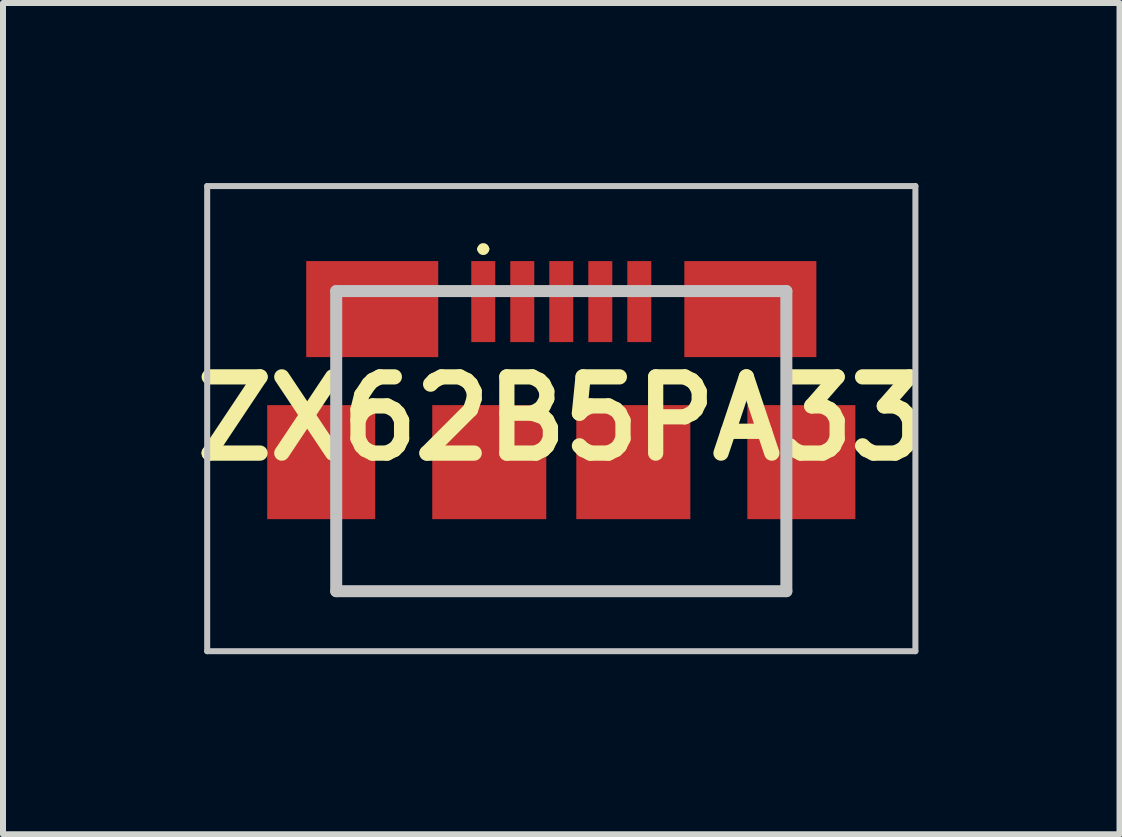
<source format=kicad_pcb>
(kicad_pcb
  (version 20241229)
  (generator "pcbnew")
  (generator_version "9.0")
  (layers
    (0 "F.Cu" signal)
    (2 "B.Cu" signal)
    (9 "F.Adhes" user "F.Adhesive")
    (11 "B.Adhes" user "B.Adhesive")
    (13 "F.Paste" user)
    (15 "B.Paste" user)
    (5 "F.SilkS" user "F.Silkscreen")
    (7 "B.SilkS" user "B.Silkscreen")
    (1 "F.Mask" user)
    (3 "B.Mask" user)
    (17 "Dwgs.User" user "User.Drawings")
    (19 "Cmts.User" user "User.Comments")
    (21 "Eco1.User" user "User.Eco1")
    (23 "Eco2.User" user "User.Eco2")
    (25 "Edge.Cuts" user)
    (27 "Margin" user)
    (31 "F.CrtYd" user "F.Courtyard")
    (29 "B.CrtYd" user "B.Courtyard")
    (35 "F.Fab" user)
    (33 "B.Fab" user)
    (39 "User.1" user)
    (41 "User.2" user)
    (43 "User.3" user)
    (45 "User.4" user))
  (footprint "ZX62B5PA33"
    (layer "F.Cu")
    (at 6.302 3.925)
    (property "Reference" "ZX62B5PA33" (at 0 0 0) (layer "F.SilkS") (effects (font (size 1.27 1.27) (thickness 0.254))))
    (attr smd)
    (fp_line (start -3.75 1.875) (end -3.75 2.875) (stroke (width 0.1) (type solid)) (layer "F.SilkS"))
    (fp_line (start -3.75 2.875) (end 3.75 2.875) (stroke (width 0.1) (type solid)) (layer "F.SilkS"))
    (fp_line (start -1.35 -2.825) (end -1.35 -2.825) (stroke (width 0.1) (type solid)) (layer "F.SilkS"))
    (fp_line (start -1.25 -2.825) (end -1.25 -2.825) (stroke (width 0.1) (type solid)) (layer "F.SilkS"))
    (fp_line (start 3.75 2.875) (end 3.75 1.875) (stroke (width 0.1) (type solid)) (layer "F.SilkS"))
    (fp_arc (start -1.35 -2.825) (mid -1.3 -2.875) (end -1.25 -2.825) (stroke (width 0.1) (type solid)) (layer "F.SilkS"))
    (fp_arc (start -1.25 -2.825) (mid -1.3 -2.775) (end -1.35 -2.825) (stroke (width 0.1) (type solid)) (layer "F.SilkS"))
    (fp_line (start -5.9 -3.875) (end 5.9 -3.875) (stroke (width 0.1) (type solid)) (layer "Dwgs.User"))
    (fp_line (start -5.9 3.875) (end -5.9 -3.875) (stroke (width 0.1) (type solid)) (layer "Dwgs.User"))
    (fp_line (start -3.75 -2.125) (end 3.75 -2.125) (stroke (width 0.2) (type solid)) (layer "Dwgs.User"))
    (fp_line (start -3.75 2.875) (end -3.75 -2.125) (stroke (width 0.2) (type solid)) (layer "Dwgs.User"))
    (fp_line (start 3.75 -2.125) (end 3.75 2.875) (stroke (width 0.2) (type solid)) (layer "Dwgs.User"))
    (fp_line (start 3.75 2.875) (end -3.75 2.875) (stroke (width 0.2) (type solid)) (layer "Dwgs.User"))
    (fp_line (start 5.9 -3.875) (end 5.9 3.875) (stroke (width 0.1) (type solid)) (layer "Dwgs.User"))
    (fp_line (start 5.9 3.875) (end -5.9 3.875) (stroke (width 0.1) (type solid)) (layer "Dwgs.User"))
    (pad "1" smd rect (at -1.3 -1.95) (size 0.4 1.35) (layers "F.Cu" "F.Mask" "F.Paste"))
    (pad "2" smd rect (at -0.65 -1.95) (size 0.4 1.35) (layers "F.Cu" "F.Mask" "F.Paste"))
    (pad "3" smd rect (at 0 -1.95) (size 0.4 1.35) (layers "F.Cu" "F.Mask" "F.Paste"))
    (pad "4" smd rect (at 0.65 -1.95) (size 0.4 1.35) (layers "F.Cu" "F.Mask" "F.Paste"))
    (pad "5" smd rect (at 1.3 -1.95) (size 0.4 1.35) (layers "F.Cu" "F.Mask" "F.Paste"))
    (pad "6" smd rect (at -3.15 -1.825 90) (size 1.6 2.2) (layers "F.Cu" "F.Mask" "F.Paste"))
    (pad "7" smd rect (at 3.15 -1.825 90) (size 1.6 2.2) (layers "F.Cu" "F.Mask" "F.Paste"))
    (pad "8" smd rect (at -4 0.725) (size 1.8 1.9) (layers "F.Cu" "F.Mask" "F.Paste"))
    (pad "9" smd rect (at -1.2 0.725) (size 1.9 1.9) (layers "F.Cu" "F.Mask" "F.Paste"))
    (pad "10" smd rect (at 1.2 0.725) (size 1.9 1.9) (layers "F.Cu" "F.Mask" "F.Paste"))
    (pad "11" smd rect (at 4 0.725) (size 1.8 1.9) (layers "F.Cu" "F.Mask" "F.Paste")))
  (gr_rect
    (start -3 -3)
    (end 15.603 10.85)
    (stroke (width 0.1) (type default))
    (fill no)
    (layer "Edge.Cuts")))
</source>
